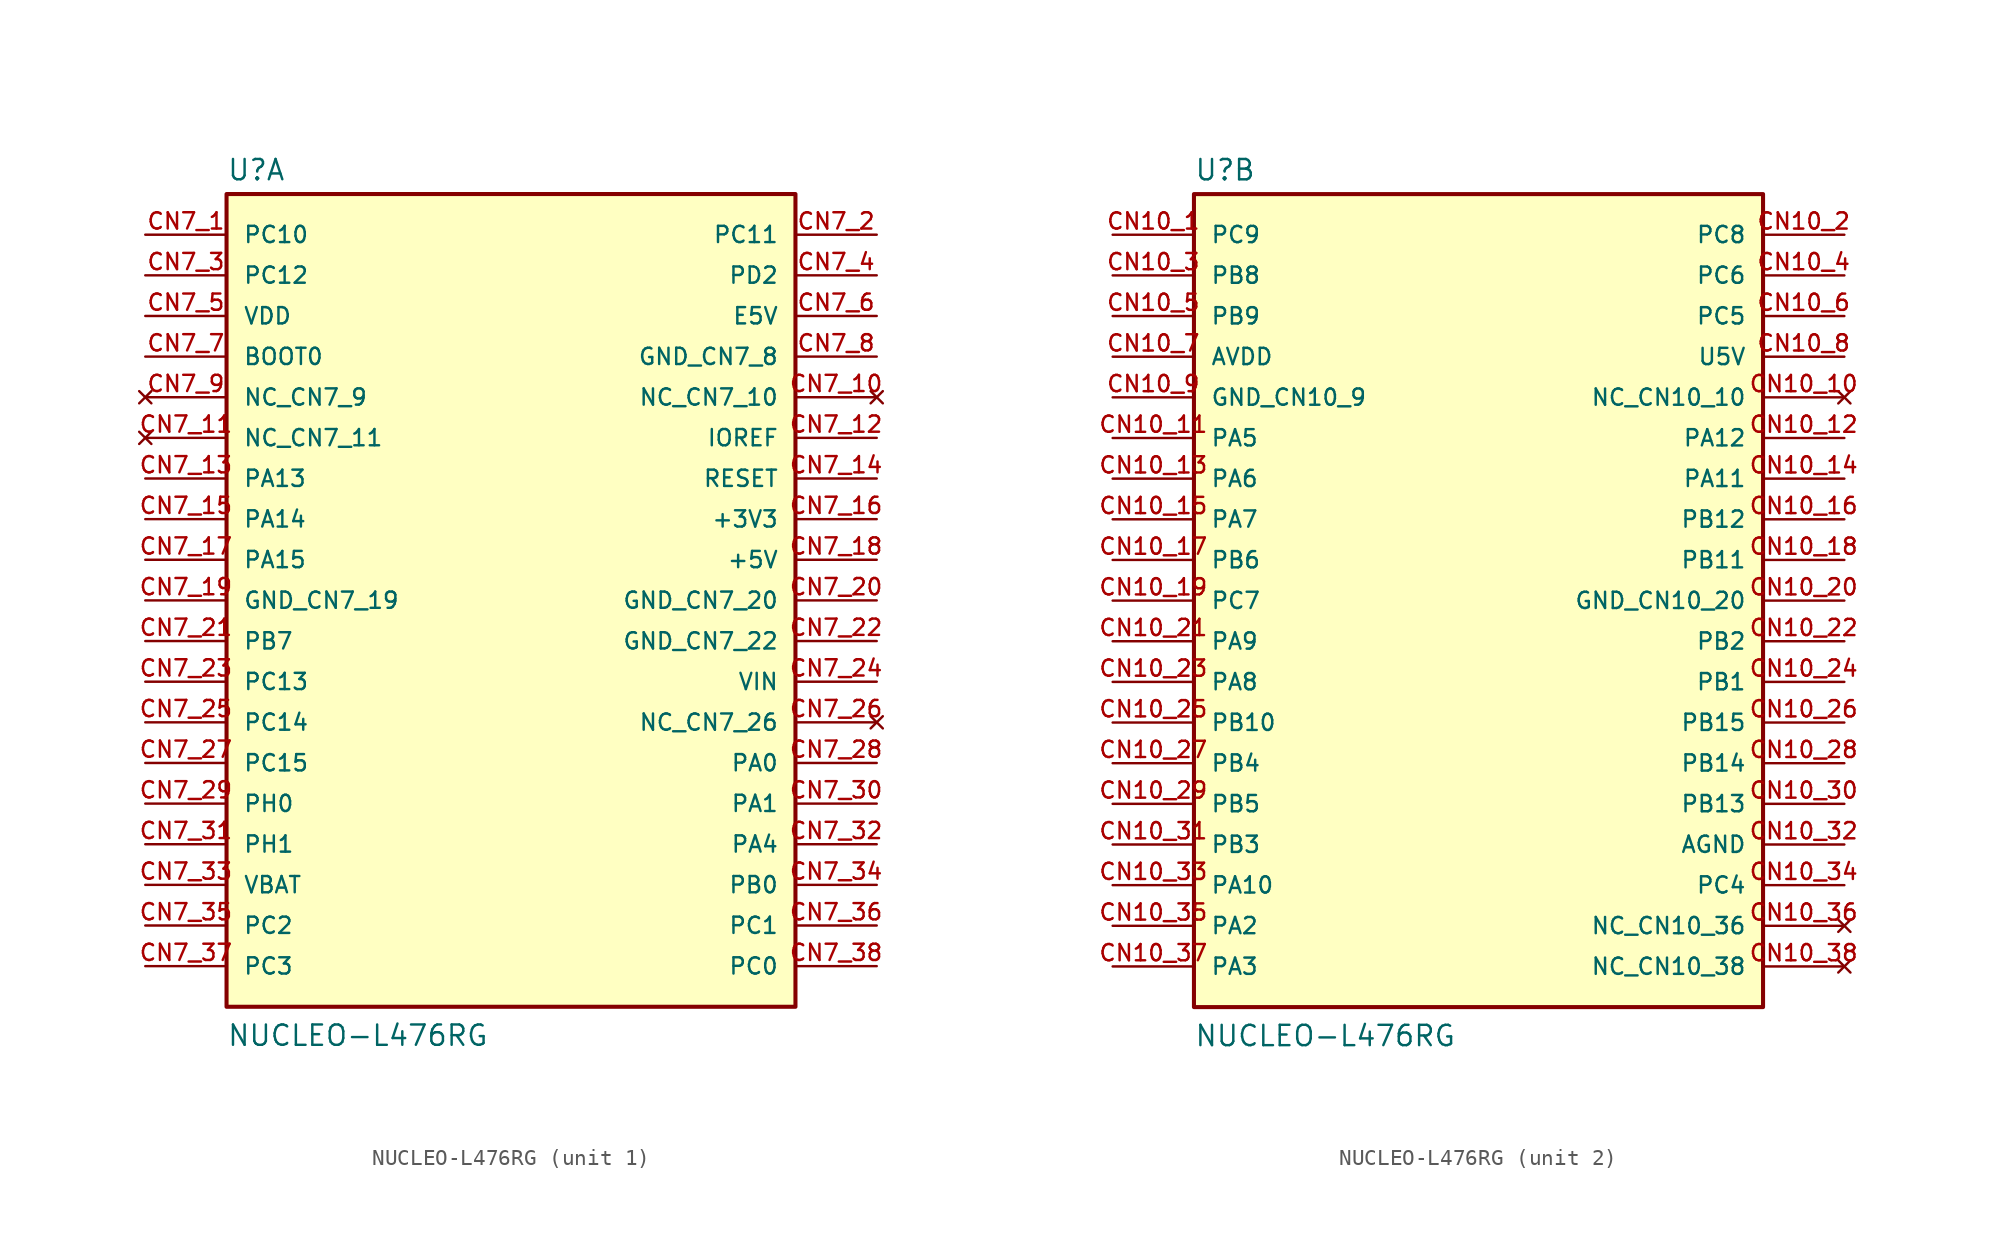
<source format=kicad_sym>
(kicad_symbol_lib
  (version 20211014)
  (generator kicad_symbol_editor)
  (symbol "NUCLEO-L476RG"
    (pin_names
      (offset 1.016))
    (property "Reference" "U"
      (at -17.78 26.162 0)
      (effects (font (size 1.27 1.27)) (justify bottom left)))
    (property "Value" "NUCLEO-L476RG"
      (at -17.78 -27.94 0)
      (effects (font (size 1.27 1.27)) (justify bottom left)))
    (symbol "NUCLEO-L476RG_1_0"
      (rectangle (start -17.78 -25.4) (end 17.78 25.4) (stroke (width 0.254)) (fill (type background)))
      (pin bidirectional line (at -22.86 22.86 0) (length 5.08) (name "PC10" (effects (font (size 1.016 1.016)))) (number "CN7_1" (effects (font (size 1.016 1.016)))))
      (pin bidirectional line (at 22.86 22.86 180.0) (length 5.08) (name "PC11" (effects (font (size 1.016 1.016)))) (number "CN7_2" (effects (font (size 1.016 1.016)))))
      (pin bidirectional line (at -22.86 20.32 0) (length 5.08) (name "PC12" (effects (font (size 1.016 1.016)))) (number "CN7_3" (effects (font (size 1.016 1.016)))))
      (pin bidirectional line (at 22.86 20.32 180.0) (length 5.08) (name "PD2" (effects (font (size 1.016 1.016)))) (number "CN7_4" (effects (font (size 1.016 1.016)))))
      (pin input line (at -22.86 15.24 0) (length 5.08) (name "BOOT0" (effects (font (size 1.016 1.016)))) (number "CN7_7" (effects (font (size 1.016 1.016)))))
      (pin input line (at 22.86 10.16 180.0) (length 5.08) (name "IOREF" (effects (font (size 1.016 1.016)))) (number "CN7_12" (effects (font (size 1.016 1.016)))))
      (pin input line (at 22.86 7.62 180.0) (length 5.08) (name "RESET" (effects (font (size 1.016 1.016)))) (number "CN7_14" (effects (font (size 1.016 1.016)))))
      (pin bidirectional line (at -22.86 5.08 0) (length 5.08) (name "PA14" (effects (font (size 1.016 1.016)))) (number "CN7_15" (effects (font (size 1.016 1.016)))))
      (pin bidirectional line (at -22.86 2.54 0) (length 5.08) (name "PA15" (effects (font (size 1.016 1.016)))) (number "CN7_17" (effects (font (size 1.016 1.016)))))
      (pin bidirectional line (at -22.86 -2.54 0) (length 5.08) (name "PB7" (effects (font (size 1.016 1.016)))) (number "CN7_21" (effects (font (size 1.016 1.016)))))
      (pin bidirectional line (at -22.86 -5.08 0) (length 5.08) (name "PC13" (effects (font (size 1.016 1.016)))) (number "CN7_23" (effects (font (size 1.016 1.016)))))
      (pin bidirectional line (at -22.86 -7.62 0) (length 5.08) (name "PC14" (effects (font (size 1.016 1.016)))) (number "CN7_25" (effects (font (size 1.016 1.016)))))
      (pin bidirectional line (at -22.86 -10.16 0) (length 5.08) (name "PC15" (effects (font (size 1.016 1.016)))) (number "CN7_27" (effects (font (size 1.016 1.016)))))
      (pin bidirectional line (at 22.86 -10.16 180.0) (length 5.08) (name "PA0" (effects (font (size 1.016 1.016)))) (number "CN7_28" (effects (font (size 1.016 1.016)))))
      (pin bidirectional line (at -22.86 -12.7 0) (length 5.08) (name "PH0" (effects (font (size 1.016 1.016)))) (number "CN7_29" (effects (font (size 1.016 1.016)))))
      (pin bidirectional line (at 22.86 -12.7 180.0) (length 5.08) (name "PA1" (effects (font (size 1.016 1.016)))) (number "CN7_30" (effects (font (size 1.016 1.016)))))
      (pin bidirectional line (at -22.86 -15.24 0) (length 5.08) (name "PH1" (effects (font (size 1.016 1.016)))) (number "CN7_31" (effects (font (size 1.016 1.016)))))
      (pin bidirectional line (at 22.86 -15.24 180.0) (length 5.08) (name "PA4" (effects (font (size 1.016 1.016)))) (number "CN7_32" (effects (font (size 1.016 1.016)))))
      (pin bidirectional line (at 22.86 -17.78 180.0) (length 5.08) (name "PB0" (effects (font (size 1.016 1.016)))) (number "CN7_34" (effects (font (size 1.016 1.016)))))
      (pin bidirectional line (at -22.86 -20.32 0) (length 5.08) (name "PC2" (effects (font (size 1.016 1.016)))) (number "CN7_35" (effects (font (size 1.016 1.016)))))
      (pin bidirectional line (at 22.86 -20.32 180.0) (length 5.08) (name "PC1" (effects (font (size 1.016 1.016)))) (number "CN7_36" (effects (font (size 1.016 1.016)))))
      (pin bidirectional line (at -22.86 -22.86 0) (length 5.08) (name "PC3" (effects (font (size 1.016 1.016)))) (number "CN7_37" (effects (font (size 1.016 1.016)))))
      (pin bidirectional line (at 22.86 -22.86 180.0) (length 5.08) (name "PC0" (effects (font (size 1.016 1.016)))) (number "CN7_38" (effects (font (size 1.016 1.016)))))
      (pin bidirectional line (at -22.86 7.62 0) (length 5.08) (name "PA13" (effects (font (size 1.016 1.016)))) (number "CN7_13" (effects (font (size 1.016 1.016)))))
      (pin power_in line (at -22.86 17.78 0) (length 5.08) (name "VDD" (effects (font (size 1.016 1.016)))) (number "CN7_5" (effects (font (size 1.016 1.016)))))
      (pin power_in line (at 22.86 17.78 180.0) (length 5.08) (name "E5V" (effects (font (size 1.016 1.016)))) (number "CN7_6" (effects (font (size 1.016 1.016)))))
      (pin power_in line (at -22.86 0.0 0) (length 5.08) (name "GND_CN7_19" (effects (font (size 1.016 1.016)))) (number "CN7_19" (effects (font (size 1.016 1.016)))))
      (pin no_connect line (at -22.86 12.7 0) (length 5.08) (name "NC_CN7_9" (effects (font (size 1.016 1.016)))) (number "CN7_9" (effects (font (size 1.016 1.016)))))
      (pin power_in line (at 22.86 5.08 180.0) (length 5.08) (name "+3V3" (effects (font (size 1.016 1.016)))) (number "CN7_16" (effects (font (size 1.016 1.016)))))
      (pin power_in line (at 22.86 2.54 180.0) (length 5.08) (name "+5V" (effects (font (size 1.016 1.016)))) (number "CN7_18" (effects (font (size 1.016 1.016)))))
      (pin power_in line (at 22.86 -5.08 180.0) (length 5.08) (name "VIN" (effects (font (size 1.016 1.016)))) (number "CN7_24" (effects (font (size 1.016 1.016)))))
      (pin power_in line (at -22.86 -17.78 0) (length 5.08) (name "VBAT" (effects (font (size 1.016 1.016)))) (number "CN7_33" (effects (font (size 1.016 1.016)))))
      (pin no_connect line (at -22.86 10.16 0) (length 5.08) (name "NC_CN7_11" (effects (font (size 1.016 1.016)))) (number "CN7_11" (effects (font (size 1.016 1.016)))))
      (pin power_in line (at 22.86 15.24 180.0) (length 5.08) (name "GND_CN7_8" (effects (font (size 1.016 1.016)))) (number "CN7_8" (effects (font (size 1.016 1.016)))))
      (pin no_connect line (at 22.86 12.7 180.0) (length 5.08) (name "NC_CN7_10" (effects (font (size 1.016 1.016)))) (number "CN7_10" (effects (font (size 1.016 1.016)))))
      (pin power_in line (at 22.86 0.0 180.0) (length 5.08) (name "GND_CN7_20" (effects (font (size 1.016 1.016)))) (number "CN7_20" (effects (font (size 1.016 1.016)))))
      (pin power_in line (at 22.86 -2.54 180.0) (length 5.08) (name "GND_CN7_22" (effects (font (size 1.016 1.016)))) (number "CN7_22" (effects (font (size 1.016 1.016)))))
      (pin no_connect line (at 22.86 -7.62 180.0) (length 5.08) (name "NC_CN7_26" (effects (font (size 1.016 1.016)))) (number "CN7_26" (effects (font (size 1.016 1.016))))))
    (symbol "NUCLEO-L476RG_2_0"
      (rectangle (start -17.78 -25.4) (end 17.78 25.4) (stroke (width 0.254)) (fill (type background)))
      (pin bidirectional line (at -22.86 22.86 0) (length 5.08) (name "PC9" (effects (font (size 1.016 1.016)))) (number "CN10_1" (effects (font (size 1.016 1.016)))))
      (pin bidirectional line (at 22.86 22.86 180.0) (length 5.08) (name "PC8" (effects (font (size 1.016 1.016)))) (number "CN10_2" (effects (font (size 1.016 1.016)))))
      (pin bidirectional line (at -22.86 20.32 0) (length 5.08) (name "PB8" (effects (font (size 1.016 1.016)))) (number "CN10_3" (effects (font (size 1.016 1.016)))))
      (pin bidirectional line (at 22.86 20.32 180.0) (length 5.08) (name "PC6" (effects (font (size 1.016 1.016)))) (number "CN10_4" (effects (font (size 1.016 1.016)))))
      (pin bidirectional line (at -22.86 17.78 0) (length 5.08) (name "PB9" (effects (font (size 1.016 1.016)))) (number "CN10_5" (effects (font (size 1.016 1.016)))))
      (pin bidirectional line (at 22.86 17.78 180.0) (length 5.08) (name "PC5" (effects (font (size 1.016 1.016)))) (number "CN10_6" (effects (font (size 1.016 1.016)))))
      (pin bidirectional line (at -22.86 10.16 0) (length 5.08) (name "PA5" (effects (font (size 1.016 1.016)))) (number "CN10_11" (effects (font (size 1.016 1.016)))))
      (pin bidirectional line (at 22.86 10.16 180.0) (length 5.08) (name "PA12" (effects (font (size 1.016 1.016)))) (number "CN10_12" (effects (font (size 1.016 1.016)))))
      (pin bidirectional line (at -22.86 7.62 0) (length 5.08) (name "PA6" (effects (font (size 1.016 1.016)))) (number "CN10_13" (effects (font (size 1.016 1.016)))))
      (pin bidirectional line (at 22.86 7.62 180.0) (length 5.08) (name "PA11" (effects (font (size 1.016 1.016)))) (number "CN10_14" (effects (font (size 1.016 1.016)))))
      (pin bidirectional line (at -22.86 5.08 0) (length 5.08) (name "PA7" (effects (font (size 1.016 1.016)))) (number "CN10_15" (effects (font (size 1.016 1.016)))))
      (pin bidirectional line (at 22.86 5.08 180.0) (length 5.08) (name "PB12" (effects (font (size 1.016 1.016)))) (number "CN10_16" (effects (font (size 1.016 1.016)))))
      (pin bidirectional line (at -22.86 2.54 0) (length 5.08) (name "PB6" (effects (font (size 1.016 1.016)))) (number "CN10_17" (effects (font (size 1.016 1.016)))))
      (pin bidirectional line (at 22.86 2.54 180.0) (length 5.08) (name "PB11" (effects (font (size 1.016 1.016)))) (number "CN10_18" (effects (font (size 1.016 1.016)))))
      (pin bidirectional line (at -22.86 0.0 0) (length 5.08) (name "PC7" (effects (font (size 1.016 1.016)))) (number "CN10_19" (effects (font (size 1.016 1.016)))))
      (pin bidirectional line (at -22.86 -2.54 0) (length 5.08) (name "PA9" (effects (font (size 1.016 1.016)))) (number "CN10_21" (effects (font (size 1.016 1.016)))))
      (pin bidirectional line (at 22.86 -2.54 180.0) (length 5.08) (name "PB2" (effects (font (size 1.016 1.016)))) (number "CN10_22" (effects (font (size 1.016 1.016)))))
      (pin bidirectional line (at -22.86 -5.08 0) (length 5.08) (name "PA8" (effects (font (size 1.016 1.016)))) (number "CN10_23" (effects (font (size 1.016 1.016)))))
      (pin bidirectional line (at 22.86 -5.08 180.0) (length 5.08) (name "PB1" (effects (font (size 1.016 1.016)))) (number "CN10_24" (effects (font (size 1.016 1.016)))))
      (pin bidirectional line (at -22.86 -7.62 0) (length 5.08) (name "PB10" (effects (font (size 1.016 1.016)))) (number "CN10_25" (effects (font (size 1.016 1.016)))))
      (pin bidirectional line (at 22.86 -7.62 180.0) (length 5.08) (name "PB15" (effects (font (size 1.016 1.016)))) (number "CN10_26" (effects (font (size 1.016 1.016)))))
      (pin bidirectional line (at -22.86 -10.16 0) (length 5.08) (name "PB4" (effects (font (size 1.016 1.016)))) (number "CN10_27" (effects (font (size 1.016 1.016)))))
      (pin bidirectional line (at 22.86 -10.16 180.0) (length 5.08) (name "PB14" (effects (font (size 1.016 1.016)))) (number "CN10_28" (effects (font (size 1.016 1.016)))))
      (pin bidirectional line (at -22.86 -12.7 0) (length 5.08) (name "PB5" (effects (font (size 1.016 1.016)))) (number "CN10_29" (effects (font (size 1.016 1.016)))))
      (pin bidirectional line (at 22.86 -12.7 180.0) (length 5.08) (name "PB13" (effects (font (size 1.016 1.016)))) (number "CN10_30" (effects (font (size 1.016 1.016)))))
      (pin bidirectional line (at -22.86 -15.24 0) (length 5.08) (name "PB3" (effects (font (size 1.016 1.016)))) (number "CN10_31" (effects (font (size 1.016 1.016)))))
      (pin bidirectional line (at -22.86 -17.78 0) (length 5.08) (name "PA10" (effects (font (size 1.016 1.016)))) (number "CN10_33" (effects (font (size 1.016 1.016)))))
      (pin bidirectional line (at 22.86 -17.78 180.0) (length 5.08) (name "PC4" (effects (font (size 1.016 1.016)))) (number "CN10_34" (effects (font (size 1.016 1.016)))))
      (pin bidirectional line (at -22.86 -20.32 0) (length 5.08) (name "PA2" (effects (font (size 1.016 1.016)))) (number "CN10_35" (effects (font (size 1.016 1.016)))))
      (pin bidirectional line (at -22.86 -22.86 0) (length 5.08) (name "PA3" (effects (font (size 1.016 1.016)))) (number "CN10_37" (effects (font (size 1.016 1.016)))))
      (pin power_in line (at -22.86 15.24 0) (length 5.08) (name "AVDD" (effects (font (size 1.016 1.016)))) (number "CN10_7" (effects (font (size 1.016 1.016)))))
      (pin power_in line (at 22.86 15.24 180.0) (length 5.08) (name "U5V" (effects (font (size 1.016 1.016)))) (number "CN10_8" (effects (font (size 1.016 1.016)))))
      (pin power_in line (at 22.86 -15.24 180.0) (length 5.08) (name "AGND" (effects (font (size 1.016 1.016)))) (number "CN10_32" (effects (font (size 1.016 1.016)))))
      (pin power_in line (at -22.86 12.7 0) (length 5.08) (name "GND_CN10_9" (effects (font (size 1.016 1.016)))) (number "CN10_9" (effects (font (size 1.016 1.016)))))
      (pin no_connect line (at 22.86 12.7 180.0) (length 5.08) (name "NC_CN10_10" (effects (font (size 1.016 1.016)))) (number "CN10_10" (effects (font (size 1.016 1.016)))))
      (pin power_in line (at 22.86 0.0 180.0) (length 5.08) (name "GND_CN10_20" (effects (font (size 1.016 1.016)))) (number "CN10_20" (effects (font (size 1.016 1.016)))))
      (pin no_connect line (at 22.86 -20.32 180.0) (length 5.08) (name "NC_CN10_36" (effects (font (size 1.016 1.016)))) (number "CN10_36" (effects (font (size 1.016 1.016)))))
      (pin no_connect line (at 22.86 -22.86 180.0) (length 5.08) (name "NC_CN10_38" (effects (font (size 1.016 1.016)))) (number "CN10_38" (effects (font (size 1.016 1.016))))))))
</source>
